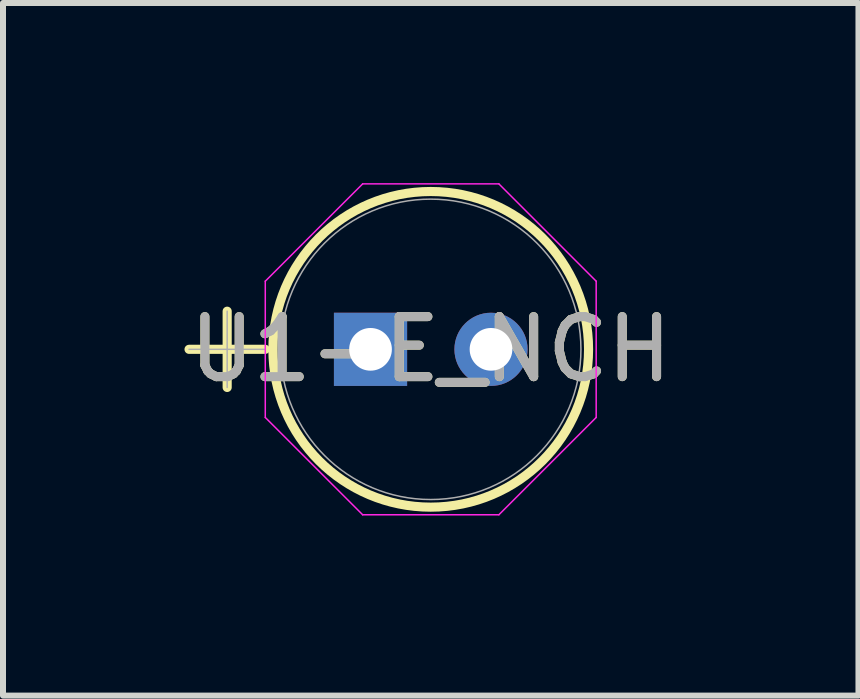
<source format=kicad_pcb>
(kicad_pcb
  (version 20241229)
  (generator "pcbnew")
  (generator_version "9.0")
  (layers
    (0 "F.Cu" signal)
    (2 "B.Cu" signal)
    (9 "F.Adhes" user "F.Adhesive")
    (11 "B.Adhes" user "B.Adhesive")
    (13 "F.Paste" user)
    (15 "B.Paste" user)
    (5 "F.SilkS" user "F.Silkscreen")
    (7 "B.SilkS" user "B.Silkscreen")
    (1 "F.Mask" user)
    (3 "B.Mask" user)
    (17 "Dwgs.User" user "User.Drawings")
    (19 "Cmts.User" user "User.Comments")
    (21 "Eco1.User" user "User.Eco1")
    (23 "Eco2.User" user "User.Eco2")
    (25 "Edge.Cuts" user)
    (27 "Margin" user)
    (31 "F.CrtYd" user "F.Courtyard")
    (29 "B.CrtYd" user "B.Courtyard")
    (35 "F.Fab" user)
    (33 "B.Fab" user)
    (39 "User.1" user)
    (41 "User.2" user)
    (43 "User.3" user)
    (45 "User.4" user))
  (footprint "U1-E_NCH"
    (layer "F.Cu")
    (at 3.122 2.769)
    (property "Reference" "U1-E_NCH" (at 1.003 0 0) (unlocked yes) (layer "F.SilkS") (effects (font (size 1 1) (thickness 0.15))))
    (attr through_hole)
    (fp_line (start -3.023 0) (end -1.753 0) (stroke (width 0.152) (type solid)) (layer "F.SilkS"))
    (fp_line (start -2.388 -0.635) (end -2.388 0.635) (stroke (width 0.152) (type solid)) (layer "F.SilkS"))
    (fp_circle (center 1.003 0) (end 3.632 0) (stroke (width 0.152) (type solid)) (fill no) (layer "F.SilkS"))
    (fp_line (start -1.753 -1.135) (end -0.131 -2.756) (stroke (width 0.025) (type solid)) (layer "F.CrtYd"))
    (fp_line (start -1.753 1.135) (end -1.753 -1.135) (stroke (width 0.025) (type solid)) (layer "F.CrtYd"))
    (fp_line (start -0.131 -2.756) (end 2.138 -2.756) (stroke (width 0.025) (type solid)) (layer "F.CrtYd"))
    (fp_line (start -0.131 2.756) (end -1.753 1.135) (stroke (width 0.025) (type solid)) (layer "F.CrtYd"))
    (fp_line (start 2.138 -2.756) (end 3.759 -1.135) (stroke (width 0.025) (type solid)) (layer "F.CrtYd"))
    (fp_line (start 2.138 2.756) (end -0.131 2.756) (stroke (width 0.025) (type solid)) (layer "F.CrtYd"))
    (fp_line (start 3.759 -1.135) (end 3.759 1.135) (stroke (width 0.025) (type solid)) (layer "F.CrtYd"))
    (fp_line (start 3.759 1.135) (end 2.138 2.756) (stroke (width 0.025) (type solid)) (layer "F.CrtYd"))
    (fp_line (start -3.023 0) (end -1.753 0) (stroke (width 0.025) (type solid)) (layer "F.Fab"))
    (fp_line (start -2.388 -0.635) (end -2.388 0.635) (stroke (width 0.025) (type solid)) (layer "F.Fab"))
    (fp_circle (center 1.003 0) (end 3.505 0) (stroke (width 0.025) (type solid)) (fill no) (layer "F.Fab"))
    (fp_text user "${REFERENCE}" (at 1.003 0 0) (unlocked yes) (layer "F.Fab") (effects (font (size 1 1) (thickness 0.15))))
    (pad "1" thru_hole rect (at 0 0) (size 1.219 1.219) (drill 0.711) (layers "*.Cu" "*.Mask"))
    (pad "2" thru_hole circle (at 2.007 0) (size 1.219 1.219) (drill 0.711) (layers "*.Cu" "*.Mask")))
  (gr_rect
    (start -3 -3)
    (end 11.25 8.537)
    (stroke (width 0.1) (type default))
    (fill no)
    (layer "Edge.Cuts")))
</source>
